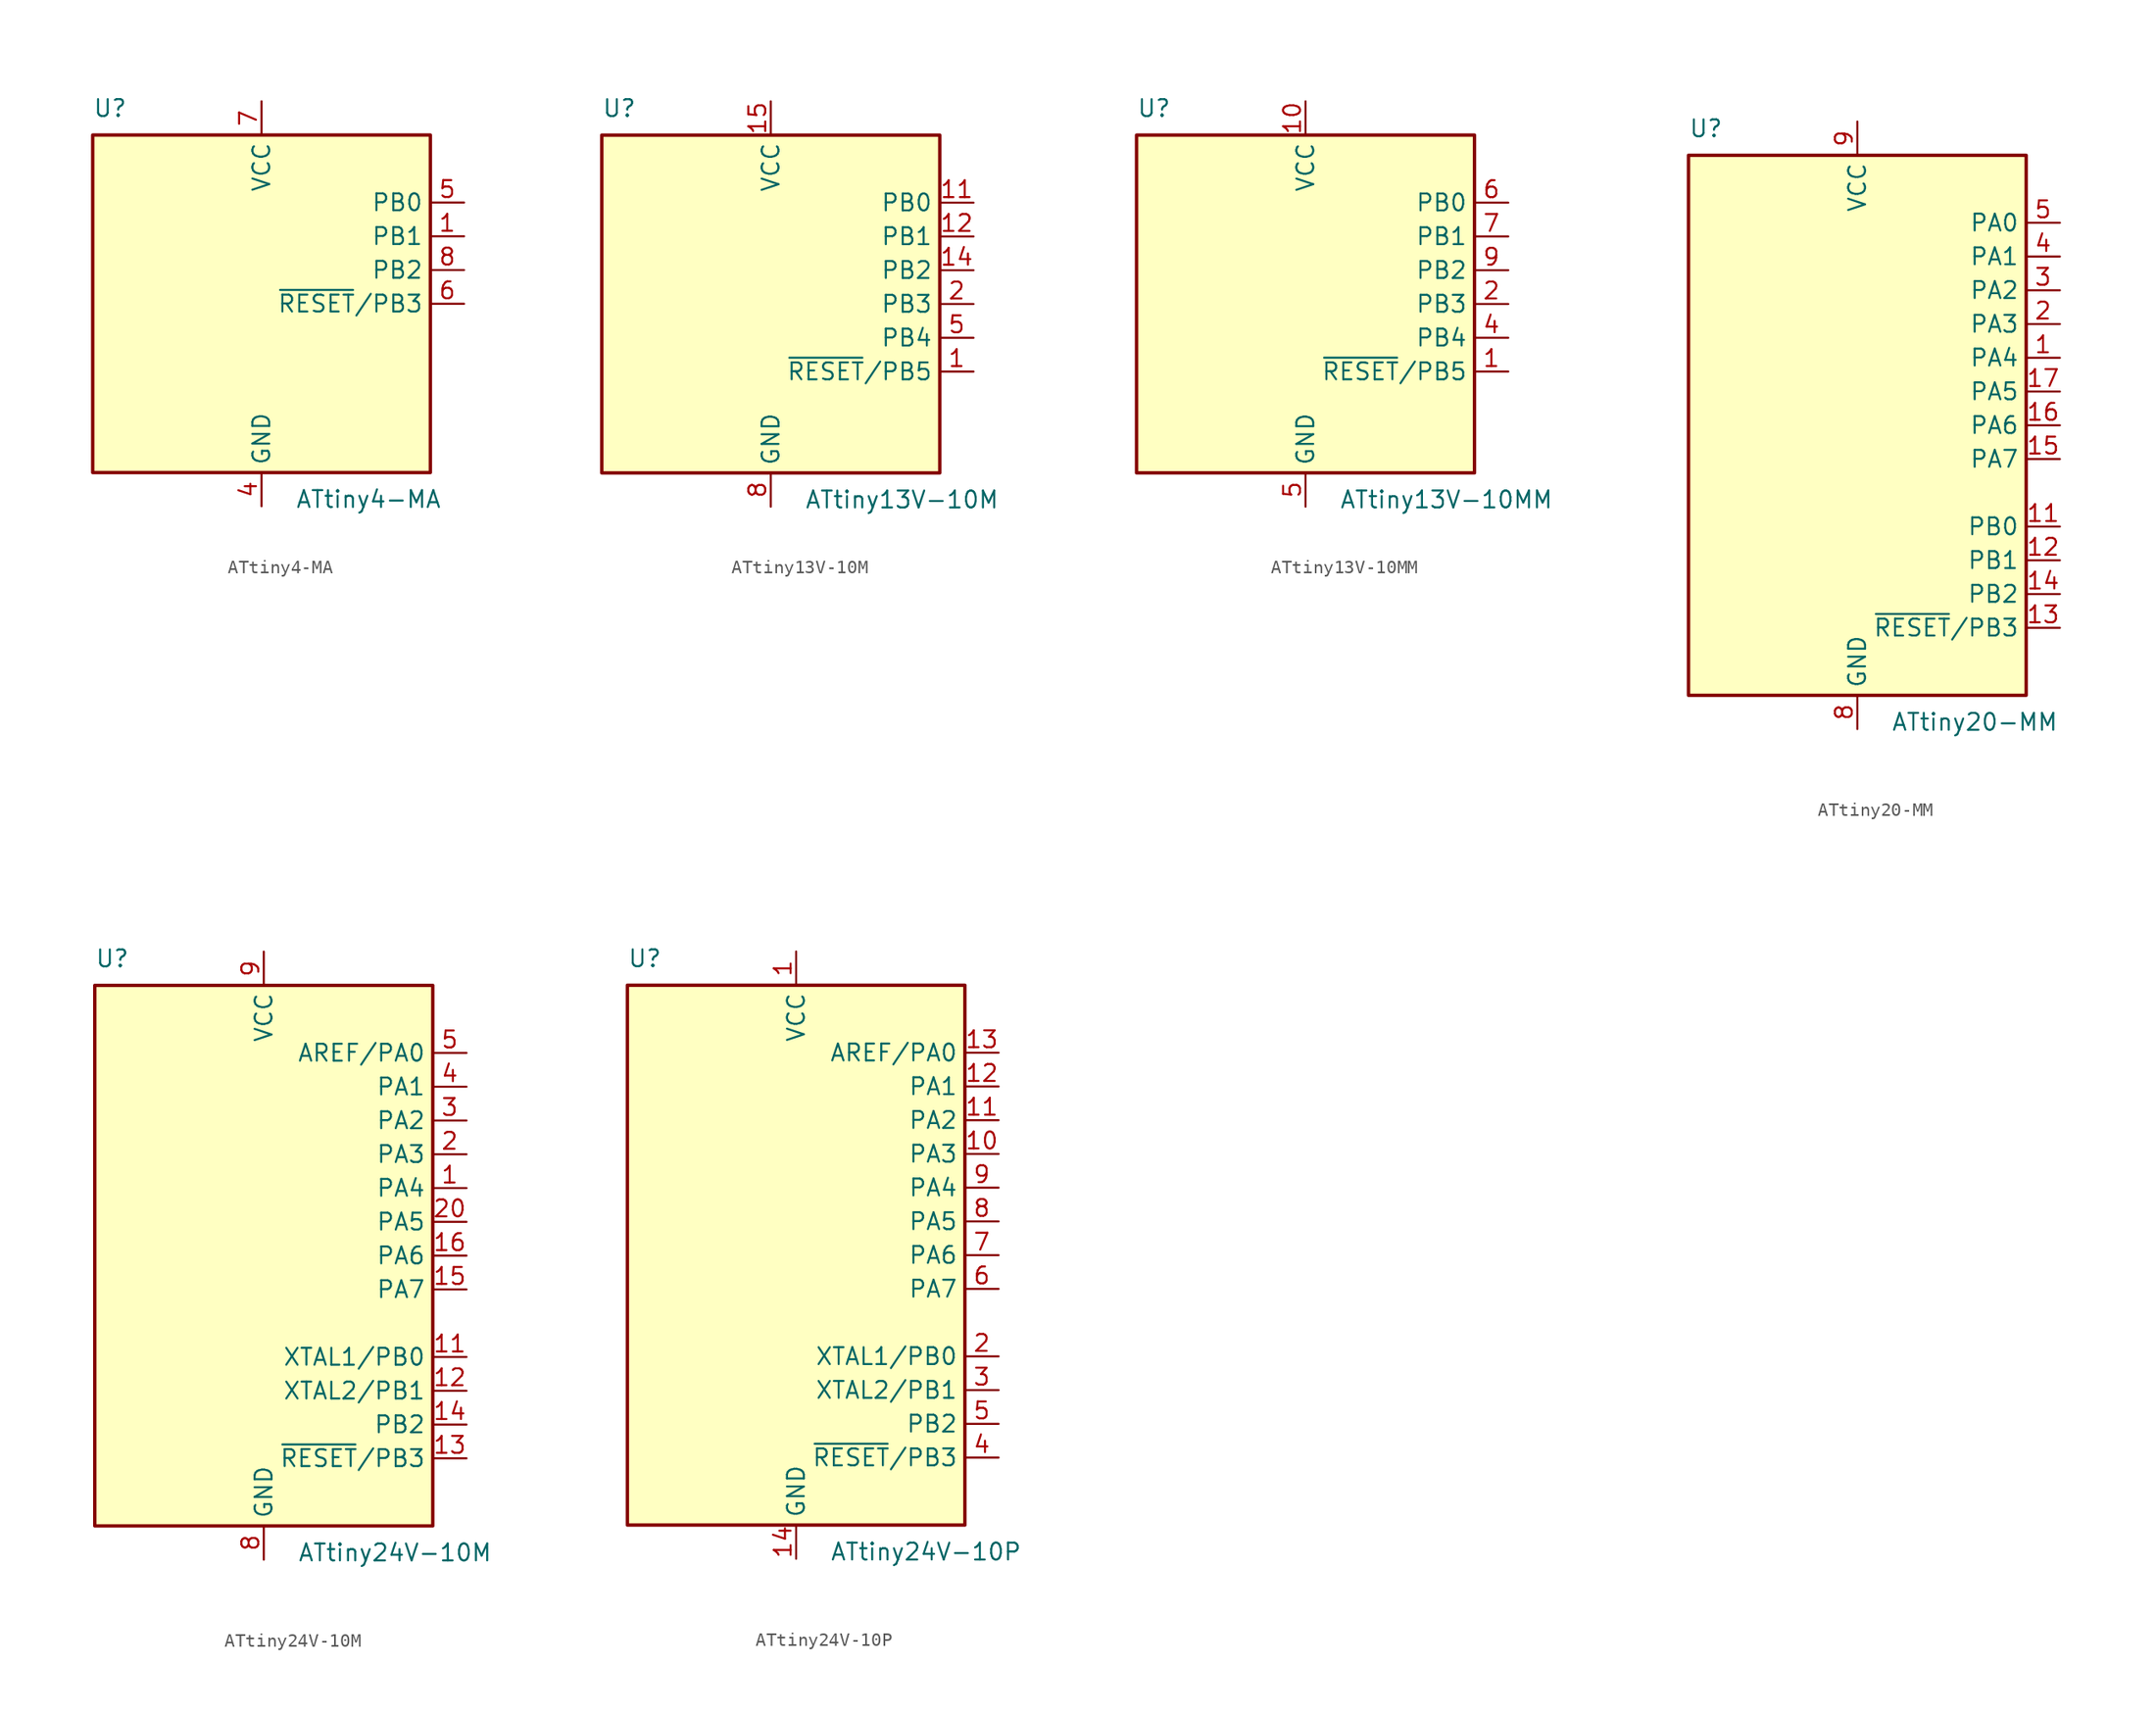
<source format=kicad_sym>
(kicad_symbol_lib
  (version 20231120)
  (generator "kicad_symbol_editor")
  (generator_version "8.0")
  (symbol "ATtiny4-MA"
    (property "Reference" "U"
      (at -12.7 13.97 0)
      (effects (font (size 1.27 1.27)) (justify left bottom)))
    (property "Value" "ATtiny4-MA"
      (at 2.54 -13.97 0)
      (effects (font (size 1.27 1.27)) (justify left top)))
    (symbol "ATtiny4-MA_0_1"
      (rectangle (start -12.7 -12.7) (end 12.7 12.7) (stroke (width 0.254) (type default)) (fill (type background))))
    (symbol "ATtiny4-MA_1_1"
      (pin bidirectional line (at 15.24 5.08 180) (length 2.54) (name "PB1" (effects (font (size 1.27 1.27)))) (number "1" (effects (font (size 1.27 1.27)))))
      (pin no_connect line (at -12.7 7.62 0) (length 2.54) hide (name "NC" (effects (font (size 1.27 1.27)))) (number "2" (effects (font (size 1.27 1.27)))))
      (pin no_connect line (at -12.7 5.08 0) (length 2.54) hide (name "NC" (effects (font (size 1.27 1.27)))) (number "3" (effects (font (size 1.27 1.27)))))
      (pin power_in line (at 0 -15.24 90) (length 2.54) (name "GND" (effects (font (size 1.27 1.27)))) (number "4" (effects (font (size 1.27 1.27)))))
      (pin bidirectional line (at 15.24 7.62 180) (length 2.54) (name "PB0" (effects (font (size 1.27 1.27)))) (number "5" (effects (font (size 1.27 1.27)))))
      (pin bidirectional line (at 15.24 0 180) (length 2.54) (name "~{RESET}/PB3" (effects (font (size 1.27 1.27)))) (number "6" (effects (font (size 1.27 1.27)))))
      (pin power_in line (at 0 15.24 270) (length 2.54) (name "VCC" (effects (font (size 1.27 1.27)))) (number "7" (effects (font (size 1.27 1.27)))))
      (pin bidirectional line (at 15.24 2.54 180) (length 2.54) (name "PB2" (effects (font (size 1.27 1.27)))) (number "8" (effects (font (size 1.27 1.27)))))))
  (symbol "ATtiny13V-10M"
    (property "Reference" "U"
      (at -12.7 13.97 0)
      (effects (font (size 1.27 1.27)) (justify left bottom)))
    (property "Value" "ATtiny13V-10M"
      (at 2.54 -13.97 0)
      (effects (font (size 1.27 1.27)) (justify left top)))
    (symbol "ATtiny13V-10M_0_1"
      (rectangle (start -12.7 -12.7) (end 12.7 12.7) (stroke (width 0.254) (type default)) (fill (type background))))
    (symbol "ATtiny13V-10M_1_1"
      (pin bidirectional line (at 15.24 -5.08 180) (length 2.54) (name "~{RESET}/PB5" (effects (font (size 1.27 1.27)))) (number "1" (effects (font (size 1.27 1.27)))))
      (pin no_connect line (at -12.7 -2.54 0) (length 2.54) hide (name "NC" (effects (font (size 1.27 1.27)))) (number "10" (effects (font (size 1.27 1.27)))))
      (pin bidirectional line (at 15.24 7.62 180) (length 2.54) (name "PB0" (effects (font (size 1.27 1.27)))) (number "11" (effects (font (size 1.27 1.27)))))
      (pin bidirectional line (at 15.24 5.08 180) (length 2.54) (name "PB1" (effects (font (size 1.27 1.27)))) (number "12" (effects (font (size 1.27 1.27)))))
      (pin no_connect line (at -12.7 -5.08 0) (length 2.54) hide (name "NC" (effects (font (size 1.27 1.27)))) (number "13" (effects (font (size 1.27 1.27)))))
      (pin bidirectional line (at 15.24 2.54 180) (length 2.54) (name "PB2" (effects (font (size 1.27 1.27)))) (number "14" (effects (font (size 1.27 1.27)))))
      (pin power_in line (at 0 15.24 270) (length 2.54) (name "VCC" (effects (font (size 1.27 1.27)))) (number "15" (effects (font (size 1.27 1.27)))))
      (pin no_connect line (at -12.7 -7.62 0) (length 2.54) hide (name "NC" (effects (font (size 1.27 1.27)))) (number "16" (effects (font (size 1.27 1.27)))))
      (pin no_connect line (at -12.7 -10.16 0) (length 2.54) hide (name "NC" (effects (font (size 1.27 1.27)))) (number "17" (effects (font (size 1.27 1.27)))))
      (pin no_connect line (at -7.62 -12.7 90) (length 2.54) hide (name "NC" (effects (font (size 1.27 1.27)))) (number "18" (effects (font (size 1.27 1.27)))))
      (pin no_connect line (at -5.08 -12.7 90) (length 2.54) hide (name "NC" (effects (font (size 1.27 1.27)))) (number "19" (effects (font (size 1.27 1.27)))))
      (pin bidirectional line (at 15.24 0 180) (length 2.54) (name "PB3" (effects (font (size 1.27 1.27)))) (number "2" (effects (font (size 1.27 1.27)))))
      (pin no_connect line (at -2.54 -12.7 90) (length 2.54) hide (name "NC" (effects (font (size 1.27 1.27)))) (number "20" (effects (font (size 1.27 1.27)))))
      (pin passive line (at 0 -15.24 90) (length 2.54) hide (name "GND" (effects (font (size 1.27 1.27)))) (number "21" (effects (font (size 1.27 1.27)))))
      (pin no_connect line (at -12.7 10.16 0) (length 2.54) hide (name "NC" (effects (font (size 1.27 1.27)))) (number "3" (effects (font (size 1.27 1.27)))))
      (pin no_connect line (at -12.7 7.62 0) (length 2.54) hide (name "NC" (effects (font (size 1.27 1.27)))) (number "4" (effects (font (size 1.27 1.27)))))
      (pin bidirectional line (at 15.24 -2.54 180) (length 2.54) (name "PB4" (effects (font (size 1.27 1.27)))) (number "5" (effects (font (size 1.27 1.27)))))
      (pin no_connect line (at -12.7 5.08 0) (length 2.54) hide (name "NC" (effects (font (size 1.27 1.27)))) (number "6" (effects (font (size 1.27 1.27)))))
      (pin no_connect line (at -12.7 2.54 0) (length 2.54) hide (name "NC" (effects (font (size 1.27 1.27)))) (number "7" (effects (font (size 1.27 1.27)))))
      (pin power_in line (at 0 -15.24 90) (length 2.54) (name "GND" (effects (font (size 1.27 1.27)))) (number "8" (effects (font (size 1.27 1.27)))))
      (pin no_connect line (at -12.7 0 0) (length 2.54) hide (name "NC" (effects (font (size 1.27 1.27)))) (number "9" (effects (font (size 1.27 1.27)))))))
  (symbol "ATtiny13V-10MM"
    (property "Reference" "U"
      (at -12.7 13.97 0)
      (effects (font (size 1.27 1.27)) (justify left bottom)))
    (property "Value" "ATtiny13V-10MM"
      (at 2.54 -13.97 0)
      (effects (font (size 1.27 1.27)) (justify left top)))
    (symbol "ATtiny13V-10MM_0_1"
      (rectangle (start -12.7 -12.7) (end 12.7 12.7) (stroke (width 0.254) (type default)) (fill (type background))))
    (symbol "ATtiny13V-10MM_1_1"
      (pin bidirectional line (at 15.24 -5.08 180) (length 2.54) (name "~{RESET}/PB5" (effects (font (size 1.27 1.27)))) (number "1" (effects (font (size 1.27 1.27)))))
      (pin power_in line (at 0 15.24 270) (length 2.54) (name "VCC" (effects (font (size 1.27 1.27)))) (number "10" (effects (font (size 1.27 1.27)))))
      (pin passive line (at 0 -15.24 90) (length 2.54) hide (name "GND" (effects (font (size 1.27 1.27)))) (number "11" (effects (font (size 1.27 1.27)))))
      (pin bidirectional line (at 15.24 0 180) (length 2.54) (name "PB3" (effects (font (size 1.27 1.27)))) (number "2" (effects (font (size 1.27 1.27)))))
      (pin no_connect line (at -12.7 -7.62 0) (length 2.54) hide (name "NC" (effects (font (size 1.27 1.27)))) (number "3" (effects (font (size 1.27 1.27)))))
      (pin bidirectional line (at 15.24 -2.54 180) (length 2.54) (name "PB4" (effects (font (size 1.27 1.27)))) (number "4" (effects (font (size 1.27 1.27)))))
      (pin power_in line (at 0 -15.24 90) (length 2.54) (name "GND" (effects (font (size 1.27 1.27)))) (number "5" (effects (font (size 1.27 1.27)))))
      (pin bidirectional line (at 15.24 7.62 180) (length 2.54) (name "PB0" (effects (font (size 1.27 1.27)))) (number "6" (effects (font (size 1.27 1.27)))))
      (pin bidirectional line (at 15.24 5.08 180) (length 2.54) (name "PB1" (effects (font (size 1.27 1.27)))) (number "7" (effects (font (size 1.27 1.27)))))
      (pin no_connect line (at -12.7 -10.16 0) (length 2.54) hide (name "NC" (effects (font (size 1.27 1.27)))) (number "8" (effects (font (size 1.27 1.27)))))
      (pin bidirectional line (at 15.24 2.54 180) (length 2.54) (name "PB2" (effects (font (size 1.27 1.27)))) (number "9" (effects (font (size 1.27 1.27)))))))
  (symbol "ATtiny20-MM"
    (property "Reference" "U"
      (at -12.7 21.59 0)
      (effects (font (size 1.27 1.27)) (justify left bottom)))
    (property "Value" "ATtiny20-MM"
      (at 2.54 -21.59 0)
      (effects (font (size 1.27 1.27)) (justify left top)))
    (symbol "ATtiny20-MM_0_1"
      (rectangle (start -12.7 -20.32) (end 12.7 20.32) (stroke (width 0.254) (type default)) (fill (type background))))
    (symbol "ATtiny20-MM_1_1"
      (pin bidirectional line (at 15.24 5.08 180) (length 2.54) (name "PA4" (effects (font (size 1.27 1.27)))) (number "1" (effects (font (size 1.27 1.27)))))
      (pin no_connect line (at -12.7 -10.16 0) (length 2.54) hide (name "NC" (effects (font (size 1.27 1.27)))) (number "10" (effects (font (size 1.27 1.27)))))
      (pin bidirectional line (at 15.24 -7.62 180) (length 2.54) (name "PB0" (effects (font (size 1.27 1.27)))) (number "11" (effects (font (size 1.27 1.27)))))
      (pin bidirectional line (at 15.24 -10.16 180) (length 2.54) (name "PB1" (effects (font (size 1.27 1.27)))) (number "12" (effects (font (size 1.27 1.27)))))
      (pin bidirectional line (at 15.24 -15.24 180) (length 2.54) (name "~{RESET}/PB3" (effects (font (size 1.27 1.27)))) (number "13" (effects (font (size 1.27 1.27)))))
      (pin bidirectional line (at 15.24 -12.7 180) (length 2.54) (name "PB2" (effects (font (size 1.27 1.27)))) (number "14" (effects (font (size 1.27 1.27)))))
      (pin bidirectional line (at 15.24 -2.54 180) (length 2.54) (name "PA7" (effects (font (size 1.27 1.27)))) (number "15" (effects (font (size 1.27 1.27)))))
      (pin bidirectional line (at 15.24 0 180) (length 2.54) (name "PA6" (effects (font (size 1.27 1.27)))) (number "16" (effects (font (size 1.27 1.27)))))
      (pin bidirectional line (at 15.24 2.54 180) (length 2.54) (name "PA5" (effects (font (size 1.27 1.27)))) (number "17" (effects (font (size 1.27 1.27)))))
      (pin no_connect line (at -12.7 -12.7 0) (length 2.54) hide (name "NC" (effects (font (size 1.27 1.27)))) (number "18" (effects (font (size 1.27 1.27)))))
      (pin no_connect line (at -12.7 -15.24 0) (length 2.54) hide (name "NC" (effects (font (size 1.27 1.27)))) (number "19" (effects (font (size 1.27 1.27)))))
      (pin bidirectional line (at 15.24 7.62 180) (length 2.54) (name "PA3" (effects (font (size 1.27 1.27)))) (number "2" (effects (font (size 1.27 1.27)))))
      (pin no_connect line (at -12.7 -17.78 0) (length 2.54) hide (name "NC" (effects (font (size 1.27 1.27)))) (number "20" (effects (font (size 1.27 1.27)))))
      (pin passive line (at 0 -22.86 90) (length 2.54) hide (name "GND" (effects (font (size 1.27 1.27)))) (number "21" (effects (font (size 1.27 1.27)))))
      (pin bidirectional line (at 15.24 10.16 180) (length 2.54) (name "PA2" (effects (font (size 1.27 1.27)))) (number "3" (effects (font (size 1.27 1.27)))))
      (pin bidirectional line (at 15.24 12.7 180) (length 2.54) (name "PA1" (effects (font (size 1.27 1.27)))) (number "4" (effects (font (size 1.27 1.27)))))
      (pin bidirectional line (at 15.24 15.24 180) (length 2.54) (name "PA0" (effects (font (size 1.27 1.27)))) (number "5" (effects (font (size 1.27 1.27)))))
      (pin no_connect line (at -12.7 -5.08 0) (length 2.54) hide (name "NC" (effects (font (size 1.27 1.27)))) (number "6" (effects (font (size 1.27 1.27)))))
      (pin no_connect line (at -12.7 -7.62 0) (length 2.54) hide (name "NC" (effects (font (size 1.27 1.27)))) (number "7" (effects (font (size 1.27 1.27)))))
      (pin power_in line (at 0 -22.86 90) (length 2.54) (name "GND" (effects (font (size 1.27 1.27)))) (number "8" (effects (font (size 1.27 1.27)))))
      (pin power_in line (at 0 22.86 270) (length 2.54) (name "VCC" (effects (font (size 1.27 1.27)))) (number "9" (effects (font (size 1.27 1.27)))))))
  (symbol "ATtiny24V-10M"
    (property "Reference" "U"
      (at -12.7 21.59 0)
      (effects (font (size 1.27 1.27)) (justify left bottom)))
    (property "Value" "ATtiny24V-10M"
      (at 2.54 -21.59 0)
      (effects (font (size 1.27 1.27)) (justify left top)))
    (symbol "ATtiny24V-10M_0_1"
      (rectangle (start -12.7 -20.32) (end 12.7 20.32) (stroke (width 0.254) (type default)) (fill (type background))))
    (symbol "ATtiny24V-10M_1_1"
      (pin bidirectional line (at 15.24 5.08 180) (length 2.54) (name "PA4" (effects (font (size 1.27 1.27)))) (number "1" (effects (font (size 1.27 1.27)))))
      (pin no_connect line (at -12.7 -10.16 0) (length 2.54) hide (name "NC" (effects (font (size 1.27 1.27)))) (number "10" (effects (font (size 1.27 1.27)))))
      (pin bidirectional line (at 15.24 -7.62 180) (length 2.54) (name "XTAL1/PB0" (effects (font (size 1.27 1.27)))) (number "11" (effects (font (size 1.27 1.27)))))
      (pin bidirectional line (at 15.24 -10.16 180) (length 2.54) (name "XTAL2/PB1" (effects (font (size 1.27 1.27)))) (number "12" (effects (font (size 1.27 1.27)))))
      (pin bidirectional line (at 15.24 -15.24 180) (length 2.54) (name "~{RESET}/PB3" (effects (font (size 1.27 1.27)))) (number "13" (effects (font (size 1.27 1.27)))))
      (pin bidirectional line (at 15.24 -12.7 180) (length 2.54) (name "PB2" (effects (font (size 1.27 1.27)))) (number "14" (effects (font (size 1.27 1.27)))))
      (pin bidirectional line (at 15.24 -2.54 180) (length 2.54) (name "PA7" (effects (font (size 1.27 1.27)))) (number "15" (effects (font (size 1.27 1.27)))))
      (pin bidirectional line (at 15.24 0 180) (length 2.54) (name "PA6" (effects (font (size 1.27 1.27)))) (number "16" (effects (font (size 1.27 1.27)))))
      (pin no_connect line (at -12.7 -12.7 0) (length 2.54) hide (name "NC" (effects (font (size 1.27 1.27)))) (number "17" (effects (font (size 1.27 1.27)))))
      (pin no_connect line (at -12.7 -15.24 0) (length 2.54) hide (name "NC" (effects (font (size 1.27 1.27)))) (number "18" (effects (font (size 1.27 1.27)))))
      (pin no_connect line (at -12.7 -17.78 0) (length 2.54) hide (name "NC" (effects (font (size 1.27 1.27)))) (number "19" (effects (font (size 1.27 1.27)))))
      (pin bidirectional line (at 15.24 7.62 180) (length 2.54) (name "PA3" (effects (font (size 1.27 1.27)))) (number "2" (effects (font (size 1.27 1.27)))))
      (pin bidirectional line (at 15.24 2.54 180) (length 2.54) (name "PA5" (effects (font (size 1.27 1.27)))) (number "20" (effects (font (size 1.27 1.27)))))
      (pin passive line (at 0 -22.86 90) (length 2.54) hide (name "GND" (effects (font (size 1.27 1.27)))) (number "21" (effects (font (size 1.27 1.27)))))
      (pin bidirectional line (at 15.24 10.16 180) (length 2.54) (name "PA2" (effects (font (size 1.27 1.27)))) (number "3" (effects (font (size 1.27 1.27)))))
      (pin bidirectional line (at 15.24 12.7 180) (length 2.54) (name "PA1" (effects (font (size 1.27 1.27)))) (number "4" (effects (font (size 1.27 1.27)))))
      (pin bidirectional line (at 15.24 15.24 180) (length 2.54) (name "AREF/PA0" (effects (font (size 1.27 1.27)))) (number "5" (effects (font (size 1.27 1.27)))))
      (pin no_connect line (at -12.7 -5.08 0) (length 2.54) hide (name "NC" (effects (font (size 1.27 1.27)))) (number "6" (effects (font (size 1.27 1.27)))))
      (pin no_connect line (at -12.7 -7.62 0) (length 2.54) hide (name "NC" (effects (font (size 1.27 1.27)))) (number "7" (effects (font (size 1.27 1.27)))))
      (pin power_in line (at 0 -22.86 90) (length 2.54) (name "GND" (effects (font (size 1.27 1.27)))) (number "8" (effects (font (size 1.27 1.27)))))
      (pin power_in line (at 0 22.86 270) (length 2.54) (name "VCC" (effects (font (size 1.27 1.27)))) (number "9" (effects (font (size 1.27 1.27)))))))
  (symbol "ATtiny24V-10P"
    (property "Reference" "U"
      (at -12.7 21.59 0)
      (effects (font (size 1.27 1.27)) (justify left bottom)))
    (property "Value" "ATtiny24V-10P"
      (at 2.54 -21.59 0)
      (effects (font (size 1.27 1.27)) (justify left top)))
    (symbol "ATtiny24V-10P_0_1"
      (rectangle (start -12.7 -20.32) (end 12.7 20.32) (stroke (width 0.254) (type default)) (fill (type background))))
    (symbol "ATtiny24V-10P_1_1"
      (pin power_in line (at 0 22.86 270) (length 2.54) (name "VCC" (effects (font (size 1.27 1.27)))) (number "1" (effects (font (size 1.27 1.27)))))
      (pin bidirectional line (at 15.24 7.62 180) (length 2.54) (name "PA3" (effects (font (size 1.27 1.27)))) (number "10" (effects (font (size 1.27 1.27)))))
      (pin bidirectional line (at 15.24 10.16 180) (length 2.54) (name "PA2" (effects (font (size 1.27 1.27)))) (number "11" (effects (font (size 1.27 1.27)))))
      (pin bidirectional line (at 15.24 12.7 180) (length 2.54) (name "PA1" (effects (font (size 1.27 1.27)))) (number "12" (effects (font (size 1.27 1.27)))))
      (pin bidirectional line (at 15.24 15.24 180) (length 2.54) (name "AREF/PA0" (effects (font (size 1.27 1.27)))) (number "13" (effects (font (size 1.27 1.27)))))
      (pin power_in line (at 0 -22.86 90) (length 2.54) (name "GND" (effects (font (size 1.27 1.27)))) (number "14" (effects (font (size 1.27 1.27)))))
      (pin bidirectional line (at 15.24 -7.62 180) (length 2.54) (name "XTAL1/PB0" (effects (font (size 1.27 1.27)))) (number "2" (effects (font (size 1.27 1.27)))))
      (pin bidirectional line (at 15.24 -10.16 180) (length 2.54) (name "XTAL2/PB1" (effects (font (size 1.27 1.27)))) (number "3" (effects (font (size 1.27 1.27)))))
      (pin bidirectional line (at 15.24 -15.24 180) (length 2.54) (name "~{RESET}/PB3" (effects (font (size 1.27 1.27)))) (number "4" (effects (font (size 1.27 1.27)))))
      (pin bidirectional line (at 15.24 -12.7 180) (length 2.54) (name "PB2" (effects (font (size 1.27 1.27)))) (number "5" (effects (font (size 1.27 1.27)))))
      (pin bidirectional line (at 15.24 -2.54 180) (length 2.54) (name "PA7" (effects (font (size 1.27 1.27)))) (number "6" (effects (font (size 1.27 1.27)))))
      (pin bidirectional line (at 15.24 0 180) (length 2.54) (name "PA6" (effects (font (size 1.27 1.27)))) (number "7" (effects (font (size 1.27 1.27)))))
      (pin bidirectional line (at 15.24 2.54 180) (length 2.54) (name "PA5" (effects (font (size 1.27 1.27)))) (number "8" (effects (font (size 1.27 1.27)))))
      (pin bidirectional line (at 15.24 5.08 180) (length 2.54) (name "PA4" (effects (font (size 1.27 1.27)))) (number "9" (effects (font (size 1.27 1.27))))))))
</source>
